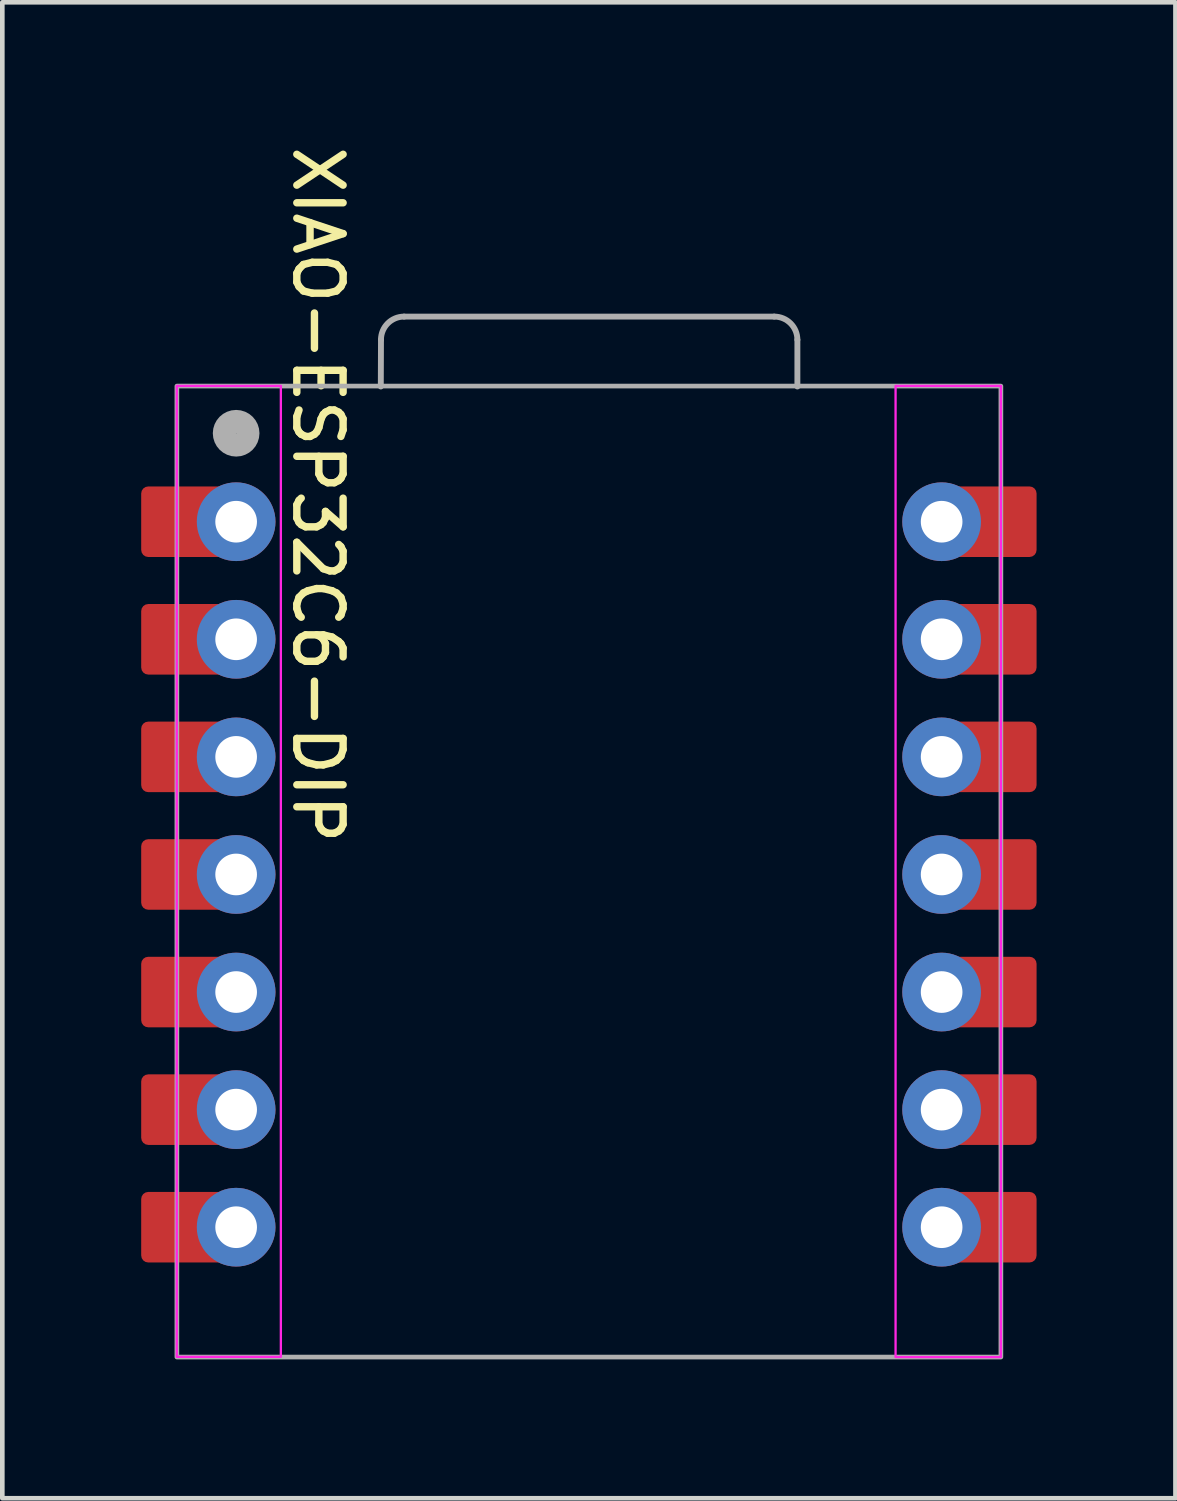
<source format=kicad_pcb>
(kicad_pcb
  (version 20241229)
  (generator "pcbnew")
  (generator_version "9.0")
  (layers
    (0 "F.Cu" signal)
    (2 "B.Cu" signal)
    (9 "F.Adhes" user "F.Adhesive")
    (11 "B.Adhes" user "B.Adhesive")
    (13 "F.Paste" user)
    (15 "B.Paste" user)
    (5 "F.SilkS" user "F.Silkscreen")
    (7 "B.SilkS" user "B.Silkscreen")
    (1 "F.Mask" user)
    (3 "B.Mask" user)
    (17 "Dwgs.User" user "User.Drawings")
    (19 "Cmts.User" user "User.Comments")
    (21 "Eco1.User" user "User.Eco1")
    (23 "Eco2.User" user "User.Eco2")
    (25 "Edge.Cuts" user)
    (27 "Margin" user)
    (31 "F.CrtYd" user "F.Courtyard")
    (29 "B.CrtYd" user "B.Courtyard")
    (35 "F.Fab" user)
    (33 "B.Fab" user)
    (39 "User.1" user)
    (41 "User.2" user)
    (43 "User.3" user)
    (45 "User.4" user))
  (footprint "XIAO-ESP32C6-DIP"
    (layer "F.Cu")
    (at 9.716 15.84)
    (property "Reference" "XIAO-ESP32C6-DIP" (at -5.9 -8.2 270) (unlocked yes) (layer "F.SilkS") (effects (font (size 1 1) (thickness 0.16))))
    (attr smd)
    (fp_rect (start -8.947 -10.554) (end -6.699 10.421) (stroke (width 0.05) (type default)) (fill no) (layer "F.CrtYd"))
    (fp_rect (start 6.58 -10.554) (end 8.855 10.425) (stroke (width 0.05) (type default)) (fill no) (layer "F.CrtYd"))
    (fp_line (start -4.54 -10.541) (end -4.536 -11.551) (stroke (width 0.127) (type solid)) (layer "F.Fab"))
    (fp_line (start -4.036 -12.051) (end 3.959 -12.051) (stroke (width 0.127) (type solid)) (layer "F.Fab"))
    (fp_line (start 4.459 -11.551) (end 4.459 -10.541) (stroke (width 0.127) (type solid)) (layer "F.Fab"))
    (fp_rect (start -8.945 -10.55) (end 8.855 10.425) (stroke (width 0.1) (type default)) (fill no) (layer "F.Fab"))
    (fp_arc (start -4.536272 -11.551272) (mid -4.389728 -11.90464) (end -4.036272 -12.051) (stroke (width 0.127) (type solid)) (layer "F.Fab"))
    (fp_arc (start 3.959 -12.051) (mid 4.312553 -11.904553) (end 4.459 -11.551) (stroke (width 0.127) (type solid)) (layer "F.Fab"))
    (fp_circle (center -7.665 -9.531) (end -7.665 -9.785) (stroke (width 0.5) (type solid)) (fill no) (layer "F.Fab"))
    (pad "1" smd roundrect (at -8.5 -7.62 180) (size 2.432 1.524) (layers "F.Cu" "F.Mask") (roundrect_rratio 0.1))
    (pad "1" thru_hole circle (at -7.665 -7.62 180) (size 1.7 1.7) (drill 0.9) (layers "*.Cu" "*.Mask"))
    (pad "2" smd roundrect (at -8.5 -5.08 180) (size 2.432 1.524) (layers "F.Cu" "F.Mask") (roundrect_rratio 0.1))
    (pad "2" thru_hole circle (at -7.665 -5.08 180) (size 1.7 1.7) (drill 0.9) (layers "*.Cu" "*.Mask"))
    (pad "3" smd roundrect (at -8.5 -2.54 180) (size 2.432 1.524) (layers "F.Cu" "F.Mask") (roundrect_rratio 0.1))
    (pad "3" thru_hole circle (at -7.665 -2.54 180) (size 1.7 1.7) (drill 0.9) (layers "*.Cu" "*.Mask"))
    (pad "4" smd roundrect (at -8.5 0 180) (size 2.432 1.524) (layers "F.Cu" "F.Mask") (roundrect_rratio 0.1))
    (pad "4" thru_hole circle (at -7.665 0 180) (size 1.7 1.7) (drill 0.9) (layers "*.Cu" "*.Mask"))
    (pad "5" smd roundrect (at -8.5 2.54 180) (size 2.432 1.524) (layers "F.Cu" "F.Mask") (roundrect_rratio 0.1))
    (pad "5" thru_hole circle (at -7.665 2.54 180) (size 1.7 1.7) (drill 0.9) (layers "*.Cu" "*.Mask"))
    (pad "6" smd roundrect (at -8.5 5.08 180) (size 2.432 1.524) (layers "F.Cu" "F.Mask") (roundrect_rratio 0.1))
    (pad "6" thru_hole circle (at -7.665 5.08 180) (size 1.7 1.7) (drill 0.9) (layers "*.Cu" "*.Mask"))
    (pad "7" smd roundrect (at -8.5 7.62 180) (size 2.432 1.524) (layers "F.Cu" "F.Mask") (roundrect_rratio 0.1))
    (pad "7" thru_hole circle (at -7.665 7.62 180) (size 1.7 1.7) (drill 0.9) (layers "*.Cu" "*.Mask"))
    (pad "8" thru_hole circle (at 7.575 7.62) (size 1.7 1.7) (drill 0.9) (layers "*.Cu" "*.Mask"))
    (pad "8" smd roundrect (at 8.41 7.62) (size 2.432 1.524) (layers "F.Cu" "F.Mask") (roundrect_rratio 0.1))
    (pad "9" thru_hole circle (at 7.575 5.08) (size 1.7 1.7) (drill 0.9) (layers "*.Cu" "*.Mask"))
    (pad "9" smd roundrect (at 8.41 5.08) (size 2.432 1.524) (layers "F.Cu" "F.Mask") (roundrect_rratio 0.1))
    (pad "10" thru_hole circle (at 7.575 2.54) (size 1.7 1.7) (drill 0.9) (layers "*.Cu" "*.Mask"))
    (pad "10" smd roundrect (at 8.41 2.54) (size 2.432 1.524) (layers "F.Cu" "F.Mask") (roundrect_rratio 0.1))
    (pad "11" thru_hole circle (at 7.575 0) (size 1.7 1.7) (drill 0.9) (layers "*.Cu" "*.Mask"))
    (pad "11" smd roundrect (at 8.41 0) (size 2.432 1.524) (layers "F.Cu" "F.Mask") (roundrect_rratio 0.1))
    (pad "12" thru_hole circle (at 7.575 -2.54) (size 1.7 1.7) (drill 0.9) (layers "*.Cu" "*.Mask"))
    (pad "12" smd roundrect (at 8.41 -2.54) (size 2.432 1.524) (layers "F.Cu" "F.Mask") (roundrect_rratio 0.1))
    (pad "13" thru_hole circle (at 7.575 -5.08) (size 1.7 1.7) (drill 0.9) (layers "*.Cu" "*.Mask"))
    (pad "13" smd roundrect (at 8.41 -5.08) (size 2.432 1.524) (layers "F.Cu" "F.Mask") (roundrect_rratio 0.1))
    (pad "14" thru_hole circle (at 7.575 -7.62) (size 1.7 1.7) (drill 0.9) (layers "*.Cu" "*.Mask"))
    (pad "14" smd roundrect (at 8.41 -7.62) (size 2.432 1.524) (layers "F.Cu" "F.Mask") (roundrect_rratio 0.1)))
  (gr_rect
    (start -3 -3)
    (end 22.342 29.315)
    (stroke (width 0.1) (type default))
    (fill no)
    (layer "Edge.Cuts")))
</source>
